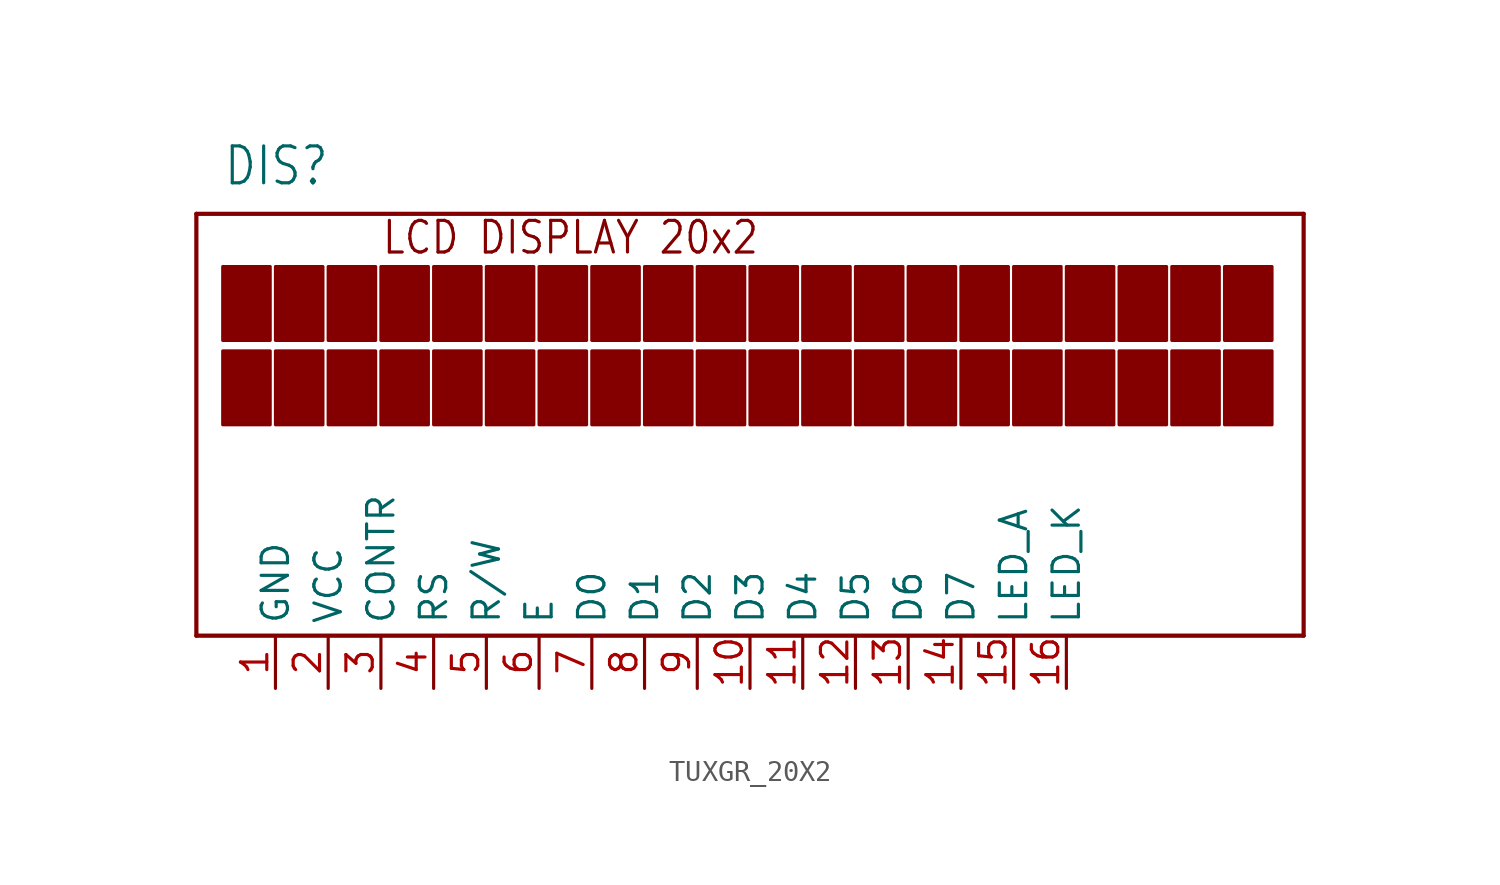
<source format=kicad_sym>
(kicad_symbol_lib
  (version 20220914)
  (generator kicad_symbol_editor)
  (symbol "TUXGR_20X2"
    (property "Reference" "DIS"
      (at -25.4 13.97 0)
      (effects (font (size 1.778 1.511)) (justify left bottom)))
    (property "Value" ""
      (at -10.16 13.97 0)
      (effects (font (size 1.778 1.511)) (justify left bottom)))
    (property "ki_locked" ""
      (at 0 0 0)
      (effects (font (size 1.27 1.27))))
    (symbol "TUXGR_20X2_1_0"
      (rectangle (start -25.4 2.54) (end -23.114 6.096) (stroke (width 0) (type default)) (fill (type outline)))
      (rectangle (start -25.4 6.604) (end -23.114 10.16) (stroke (width 0) (type default)) (fill (type outline)))
      (rectangle (start -22.86 2.54) (end -20.574 6.096) (stroke (width 0) (type default)) (fill (type outline)))
      (rectangle (start -22.86 6.604) (end -20.574 10.16) (stroke (width 0) (type default)) (fill (type outline)))
      (rectangle (start -20.32 2.54) (end -18.034 6.096) (stroke (width 0) (type default)) (fill (type outline)))
      (rectangle (start -20.32 6.604) (end -18.034 10.16) (stroke (width 0) (type default)) (fill (type outline)))
      (rectangle (start -17.78 2.54) (end -15.494 6.096) (stroke (width 0) (type default)) (fill (type outline)))
      (rectangle (start -17.78 6.604) (end -15.494 10.16) (stroke (width 0) (type default)) (fill (type outline)))
      (rectangle (start -15.24 2.54) (end -12.954 6.096) (stroke (width 0) (type default)) (fill (type outline)))
      (rectangle (start -15.24 6.604) (end -12.954 10.16) (stroke (width 0) (type default)) (fill (type outline)))
      (rectangle (start -12.7 2.54) (end -10.414 6.096) (stroke (width 0) (type default)) (fill (type outline)))
      (rectangle (start -12.7 6.604) (end -10.414 10.16) (stroke (width 0) (type default)) (fill (type outline)))
      (rectangle (start -10.16 2.54) (end -7.874 6.096) (stroke (width 0) (type default)) (fill (type outline)))
      (rectangle (start -10.16 6.604) (end -7.874 10.16) (stroke (width 0) (type default)) (fill (type outline)))
      (rectangle (start -7.62 2.54) (end -5.334 6.096) (stroke (width 0) (type default)) (fill (type outline)))
      (rectangle (start -7.62 6.604) (end -5.334 10.16) (stroke (width 0) (type default)) (fill (type outline)))
      (rectangle (start -5.08 2.54) (end -2.794 6.096) (stroke (width 0) (type default)) (fill (type outline)))
      (rectangle (start -5.08 6.604) (end -2.794 10.16) (stroke (width 0) (type default)) (fill (type outline)))
      (rectangle (start -2.54 2.54) (end -0.254 6.096) (stroke (width 0) (type default)) (fill (type outline)))
      (rectangle (start -2.54 6.604) (end -0.254 10.16) (stroke (width 0) (type default)) (fill (type outline)))
      (polyline (pts (xy -26.67 -7.62) (xy 26.67 -7.62)) (stroke (width 0.203) (type solid)) (fill (type none)))
      (polyline (pts (xy -26.67 12.7) (xy -26.67 -7.62)) (stroke (width 0.203) (type solid)) (fill (type none)))
      (polyline (pts (xy 26.67 -7.62) (xy 26.67 12.7)) (stroke (width 0.203) (type solid)) (fill (type none)))
      (polyline (pts (xy 26.67 12.7) (xy -26.67 12.7)) (stroke (width 0.203) (type solid)) (fill (type none)))
      (rectangle (start 0 2.54) (end 2.286 6.096) (stroke (width 0) (type default)) (fill (type outline)))
      (rectangle (start 0 6.604) (end 2.286 10.16) (stroke (width 0) (type default)) (fill (type outline)))
      (rectangle (start 2.54 2.54) (end 4.826 6.096) (stroke (width 0) (type default)) (fill (type outline)))
      (rectangle (start 2.54 6.604) (end 4.826 10.16) (stroke (width 0) (type default)) (fill (type outline)))
      (rectangle (start 5.08 2.54) (end 7.366 6.096) (stroke (width 0) (type default)) (fill (type outline)))
      (rectangle (start 5.08 6.604) (end 7.366 10.16) (stroke (width 0) (type default)) (fill (type outline)))
      (rectangle (start 7.62 2.54) (end 9.906 6.096) (stroke (width 0) (type default)) (fill (type outline)))
      (rectangle (start 7.62 6.604) (end 9.906 10.16) (stroke (width 0) (type default)) (fill (type outline)))
      (rectangle (start 10.16 2.54) (end 12.446 6.096) (stroke (width 0) (type default)) (fill (type outline)))
      (rectangle (start 10.16 6.604) (end 12.446 10.16) (stroke (width 0) (type default)) (fill (type outline)))
      (rectangle (start 12.7 2.54) (end 14.986 6.096) (stroke (width 0) (type default)) (fill (type outline)))
      (rectangle (start 12.7 6.604) (end 14.986 10.16) (stroke (width 0) (type default)) (fill (type outline)))
      (rectangle (start 15.24 2.54) (end 17.526 6.096) (stroke (width 0) (type default)) (fill (type outline)))
      (rectangle (start 15.24 6.604) (end 17.526 10.16) (stroke (width 0) (type default)) (fill (type outline)))
      (rectangle (start 17.78 2.54) (end 20.066 6.096) (stroke (width 0) (type default)) (fill (type outline)))
      (rectangle (start 17.78 6.604) (end 20.066 10.16) (stroke (width 0) (type default)) (fill (type outline)))
      (rectangle (start 20.32 2.54) (end 22.606 6.096) (stroke (width 0) (type default)) (fill (type outline)))
      (rectangle (start 20.32 6.604) (end 22.606 10.16) (stroke (width 0) (type default)) (fill (type outline)))
      (rectangle (start 22.86 2.54) (end 25.146 6.096) (stroke (width 0) (type default)) (fill (type outline)))
      (rectangle (start 22.86 6.604) (end 25.146 10.16) (stroke (width 0) (type default)) (fill (type outline)))
      (text "LCD DISPLAY 20x2" (at -17.78 10.668 0) (effects (font (size 1.524 1.295)) (justify left bottom)))
      (pin power_in line (at -22.86 -10.16 90) (length 2.54) (name "GND" (effects (font (size 1.27 1.27)))) (number "1" (effects (font (size 1.27 1.27)))))
      (pin input line (at 0 -10.16 90) (length 2.54) (name "D3" (effects (font (size 1.27 1.27)))) (number "10" (effects (font (size 1.27 1.27)))))
      (pin input line (at 2.54 -10.16 90) (length 2.54) (name "D4" (effects (font (size 1.27 1.27)))) (number "11" (effects (font (size 1.27 1.27)))))
      (pin input line (at 5.08 -10.16 90) (length 2.54) (name "D5" (effects (font (size 1.27 1.27)))) (number "12" (effects (font (size 1.27 1.27)))))
      (pin input line (at 7.62 -10.16 90) (length 2.54) (name "D6" (effects (font (size 1.27 1.27)))) (number "13" (effects (font (size 1.27 1.27)))))
      (pin input line (at 10.16 -10.16 90) (length 2.54) (name "D7" (effects (font (size 1.27 1.27)))) (number "14" (effects (font (size 1.27 1.27)))))
      (pin input line (at 12.7 -10.16 90) (length 2.54) (name "LED_A" (effects (font (size 1.27 1.27)))) (number "15" (effects (font (size 1.27 1.27)))))
      (pin input line (at 15.24 -10.16 90) (length 2.54) (name "LED_K" (effects (font (size 1.27 1.27)))) (number "16" (effects (font (size 1.27 1.27)))))
      (pin power_in line (at -20.32 -10.16 90) (length 2.54) (name "VCC" (effects (font (size 1.27 1.27)))) (number "2" (effects (font (size 1.27 1.27)))))
      (pin input line (at -17.78 -10.16 90) (length 2.54) (name "CONTR" (effects (font (size 1.27 1.27)))) (number "3" (effects (font (size 1.27 1.27)))))
      (pin input line (at -15.24 -10.16 90) (length 2.54) (name "RS" (effects (font (size 1.27 1.27)))) (number "4" (effects (font (size 1.27 1.27)))))
      (pin input line (at -12.7 -10.16 90) (length 2.54) (name "R/W" (effects (font (size 1.27 1.27)))) (number "5" (effects (font (size 1.27 1.27)))))
      (pin input line (at -10.16 -10.16 90) (length 2.54) (name "E" (effects (font (size 1.27 1.27)))) (number "6" (effects (font (size 1.27 1.27)))))
      (pin input line (at -7.62 -10.16 90) (length 2.54) (name "D0" (effects (font (size 1.27 1.27)))) (number "7" (effects (font (size 1.27 1.27)))))
      (pin input line (at -5.08 -10.16 90) (length 2.54) (name "D1" (effects (font (size 1.27 1.27)))) (number "8" (effects (font (size 1.27 1.27)))))
      (pin input line (at -2.54 -10.16 90) (length 2.54) (name "D2" (effects (font (size 1.27 1.27)))) (number "9" (effects (font (size 1.27 1.27))))))))
</source>
